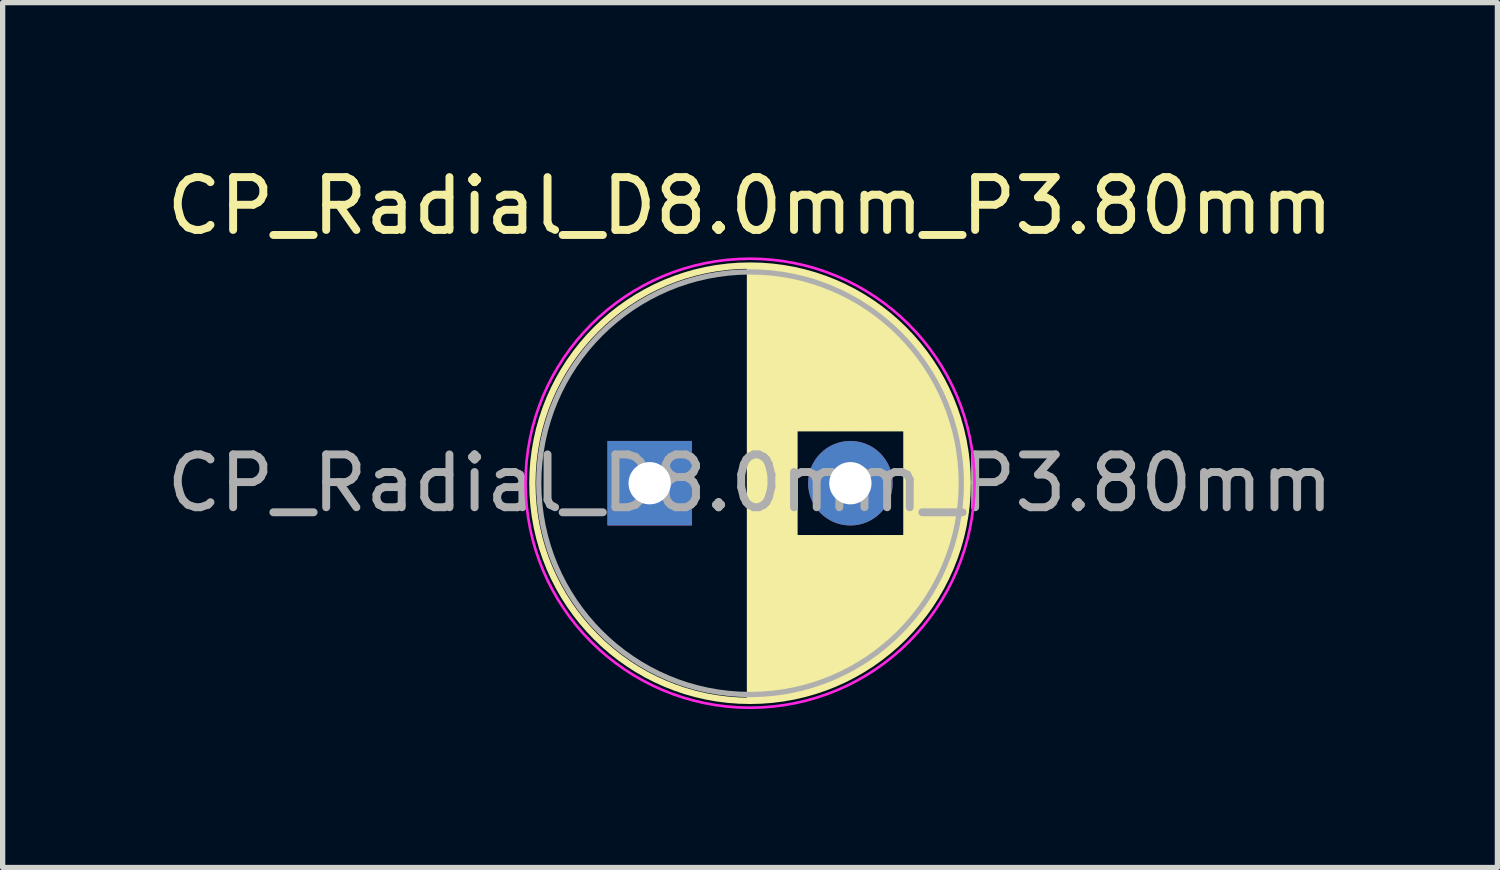
<source format=kicad_pcb>
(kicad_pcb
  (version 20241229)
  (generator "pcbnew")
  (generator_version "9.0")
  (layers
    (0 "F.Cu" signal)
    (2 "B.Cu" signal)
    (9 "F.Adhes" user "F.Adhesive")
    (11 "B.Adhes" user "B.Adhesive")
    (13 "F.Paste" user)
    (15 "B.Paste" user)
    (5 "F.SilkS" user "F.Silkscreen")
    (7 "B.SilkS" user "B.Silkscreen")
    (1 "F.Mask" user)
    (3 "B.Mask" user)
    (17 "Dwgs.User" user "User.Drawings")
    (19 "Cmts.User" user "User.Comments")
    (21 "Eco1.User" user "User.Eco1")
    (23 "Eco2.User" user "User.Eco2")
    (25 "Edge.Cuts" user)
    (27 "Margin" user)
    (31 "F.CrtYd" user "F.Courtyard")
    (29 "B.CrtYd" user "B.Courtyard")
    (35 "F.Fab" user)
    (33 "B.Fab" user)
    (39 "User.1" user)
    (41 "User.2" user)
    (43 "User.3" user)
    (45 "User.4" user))
  (footprint "CP_Radial_D8.0mm_P3.80mm"
    (layer "F.Cu")
    (at 9.249 6.098)
    (property "Reference" "CP_Radial_D8.0mm_P3.80mm" (at 1.9 -5.25 0) (layer "F.SilkS") (effects (font (size 1 1) (thickness 0.15))))
    (attr through_hole)
    (fp_line (start 1.9 -4.08) (end 1.9 4.08) (stroke (width 0.12) (type solid)) (layer "F.SilkS"))
    (fp_line (start 1.94 -4.08) (end 1.94 4.08) (stroke (width 0.12) (type solid)) (layer "F.SilkS"))
    (fp_line (start 1.98 -4.08) (end 1.98 4.08) (stroke (width 0.12) (type solid)) (layer "F.SilkS"))
    (fp_line (start 2.02 -4.079) (end 2.02 4.079) (stroke (width 0.12) (type solid)) (layer "F.SilkS"))
    (fp_line (start 2.06 -4.077) (end 2.06 4.077) (stroke (width 0.12) (type solid)) (layer "F.SilkS"))
    (fp_line (start 2.1 -4.076) (end 2.1 4.076) (stroke (width 0.12) (type solid)) (layer "F.SilkS"))
    (fp_line (start 2.14 -4.074) (end 2.14 4.074) (stroke (width 0.12) (type solid)) (layer "F.SilkS"))
    (fp_line (start 2.18 -4.071) (end 2.18 4.071) (stroke (width 0.12) (type solid)) (layer "F.SilkS"))
    (fp_line (start 2.22 -4.068) (end 2.22 4.068) (stroke (width 0.12) (type solid)) (layer "F.SilkS"))
    (fp_line (start 2.26 -4.065) (end 2.26 4.065) (stroke (width 0.12) (type solid)) (layer "F.SilkS"))
    (fp_line (start 2.3 -4.061) (end 2.3 4.061) (stroke (width 0.12) (type solid)) (layer "F.SilkS"))
    (fp_line (start 2.34 -4.057) (end 2.34 4.057) (stroke (width 0.12) (type solid)) (layer "F.SilkS"))
    (fp_line (start 2.38 -4.052) (end 2.38 4.052) (stroke (width 0.12) (type solid)) (layer "F.SilkS"))
    (fp_line (start 2.42 -4.048) (end 2.42 4.048) (stroke (width 0.12) (type solid)) (layer "F.SilkS"))
    (fp_line (start 2.46 -4.042) (end 2.46 4.042) (stroke (width 0.12) (type solid)) (layer "F.SilkS"))
    (fp_line (start 2.5 -4.037) (end 2.5 4.037) (stroke (width 0.12) (type solid)) (layer "F.SilkS"))
    (fp_line (start 2.54 -4.03) (end 2.54 4.03) (stroke (width 0.12) (type solid)) (layer "F.SilkS"))
    (fp_line (start 2.58 -4.024) (end 2.58 4.024) (stroke (width 0.12) (type solid)) (layer "F.SilkS"))
    (fp_line (start 2.621 -4.017) (end 2.621 4.017) (stroke (width 0.12) (type solid)) (layer "F.SilkS"))
    (fp_line (start 2.661 -4.01) (end 2.661 4.01) (stroke (width 0.12) (type solid)) (layer "F.SilkS"))
    (fp_line (start 2.701 -4.002) (end 2.701 4.002) (stroke (width 0.12) (type solid)) (layer "F.SilkS"))
    (fp_line (start 2.741 -3.994) (end 2.741 3.994) (stroke (width 0.12) (type solid)) (layer "F.SilkS"))
    (fp_line (start 2.781 -3.985) (end 2.781 -1.04) (stroke (width 0.12) (type solid)) (layer "F.SilkS"))
    (fp_line (start 2.781 1.04) (end 2.781 3.985) (stroke (width 0.12) (type solid)) (layer "F.SilkS"))
    (fp_line (start 2.821 -3.976) (end 2.821 -1.04) (stroke (width 0.12) (type solid)) (layer "F.SilkS"))
    (fp_line (start 2.821 1.04) (end 2.821 3.976) (stroke (width 0.12) (type solid)) (layer "F.SilkS"))
    (fp_line (start 2.861 -3.967) (end 2.861 -1.04) (stroke (width 0.12) (type solid)) (layer "F.SilkS"))
    (fp_line (start 2.861 1.04) (end 2.861 3.967) (stroke (width 0.12) (type solid)) (layer "F.SilkS"))
    (fp_line (start 2.901 -3.957) (end 2.901 -1.04) (stroke (width 0.12) (type solid)) (layer "F.SilkS"))
    (fp_line (start 2.901 1.04) (end 2.901 3.957) (stroke (width 0.12) (type solid)) (layer "F.SilkS"))
    (fp_line (start 2.941 -3.947) (end 2.941 -1.04) (stroke (width 0.12) (type solid)) (layer "F.SilkS"))
    (fp_line (start 2.941 1.04) (end 2.941 3.947) (stroke (width 0.12) (type solid)) (layer "F.SilkS"))
    (fp_line (start 2.981 -3.936) (end 2.981 -1.04) (stroke (width 0.12) (type solid)) (layer "F.SilkS"))
    (fp_line (start 2.981 1.04) (end 2.981 3.936) (stroke (width 0.12) (type solid)) (layer "F.SilkS"))
    (fp_line (start 3.021 -3.925) (end 3.021 -1.04) (stroke (width 0.12) (type solid)) (layer "F.SilkS"))
    (fp_line (start 3.021 1.04) (end 3.021 3.925) (stroke (width 0.12) (type solid)) (layer "F.SilkS"))
    (fp_line (start 3.061 -3.914) (end 3.061 -1.04) (stroke (width 0.12) (type solid)) (layer "F.SilkS"))
    (fp_line (start 3.061 1.04) (end 3.061 3.914) (stroke (width 0.12) (type solid)) (layer "F.SilkS"))
    (fp_line (start 3.101 -3.902) (end 3.101 -1.04) (stroke (width 0.12) (type solid)) (layer "F.SilkS"))
    (fp_line (start 3.101 1.04) (end 3.101 3.902) (stroke (width 0.12) (type solid)) (layer "F.SilkS"))
    (fp_line (start 3.141 -3.889) (end 3.141 -1.04) (stroke (width 0.12) (type solid)) (layer "F.SilkS"))
    (fp_line (start 3.141 1.04) (end 3.141 3.889) (stroke (width 0.12) (type solid)) (layer "F.SilkS"))
    (fp_line (start 3.181 -3.877) (end 3.181 -1.04) (stroke (width 0.12) (type solid)) (layer "F.SilkS"))
    (fp_line (start 3.181 1.04) (end 3.181 3.877) (stroke (width 0.12) (type solid)) (layer "F.SilkS"))
    (fp_line (start 3.221 -3.863) (end 3.221 -1.04) (stroke (width 0.12) (type solid)) (layer "F.SilkS"))
    (fp_line (start 3.221 1.04) (end 3.221 3.863) (stroke (width 0.12) (type solid)) (layer "F.SilkS"))
    (fp_line (start 3.261 -3.85) (end 3.261 -1.04) (stroke (width 0.12) (type solid)) (layer "F.SilkS"))
    (fp_line (start 3.261 1.04) (end 3.261 3.85) (stroke (width 0.12) (type solid)) (layer "F.SilkS"))
    (fp_line (start 3.301 -3.835) (end 3.301 -1.04) (stroke (width 0.12) (type solid)) (layer "F.SilkS"))
    (fp_line (start 3.301 1.04) (end 3.301 3.835) (stroke (width 0.12) (type solid)) (layer "F.SilkS"))
    (fp_line (start 3.341 -3.821) (end 3.341 -1.04) (stroke (width 0.12) (type solid)) (layer "F.SilkS"))
    (fp_line (start 3.341 1.04) (end 3.341 3.821) (stroke (width 0.12) (type solid)) (layer "F.SilkS"))
    (fp_line (start 3.381 -3.805) (end 3.381 -1.04) (stroke (width 0.12) (type solid)) (layer "F.SilkS"))
    (fp_line (start 3.381 1.04) (end 3.381 3.805) (stroke (width 0.12) (type solid)) (layer "F.SilkS"))
    (fp_line (start 3.421 -3.79) (end 3.421 -1.04) (stroke (width 0.12) (type solid)) (layer "F.SilkS"))
    (fp_line (start 3.421 1.04) (end 3.421 3.79) (stroke (width 0.12) (type solid)) (layer "F.SilkS"))
    (fp_line (start 3.461 -3.774) (end 3.461 -1.04) (stroke (width 0.12) (type solid)) (layer "F.SilkS"))
    (fp_line (start 3.461 1.04) (end 3.461 3.774) (stroke (width 0.12) (type solid)) (layer "F.SilkS"))
    (fp_line (start 3.501 -3.757) (end 3.501 -1.04) (stroke (width 0.12) (type solid)) (layer "F.SilkS"))
    (fp_line (start 3.501 1.04) (end 3.501 3.757) (stroke (width 0.12) (type solid)) (layer "F.SilkS"))
    (fp_line (start 3.541 -3.74) (end 3.541 -1.04) (stroke (width 0.12) (type solid)) (layer "F.SilkS"))
    (fp_line (start 3.541 1.04) (end 3.541 3.74) (stroke (width 0.12) (type solid)) (layer "F.SilkS"))
    (fp_line (start 3.581 -3.722) (end 3.581 -1.04) (stroke (width 0.12) (type solid)) (layer "F.SilkS"))
    (fp_line (start 3.581 1.04) (end 3.581 3.722) (stroke (width 0.12) (type solid)) (layer "F.SilkS"))
    (fp_line (start 3.621 -3.704) (end 3.621 -1.04) (stroke (width 0.12) (type solid)) (layer "F.SilkS"))
    (fp_line (start 3.621 1.04) (end 3.621 3.704) (stroke (width 0.12) (type solid)) (layer "F.SilkS"))
    (fp_line (start 3.661 -3.686) (end 3.661 -1.04) (stroke (width 0.12) (type solid)) (layer "F.SilkS"))
    (fp_line (start 3.661 1.04) (end 3.661 3.686) (stroke (width 0.12) (type solid)) (layer "F.SilkS"))
    (fp_line (start 3.701 -3.666) (end 3.701 -1.04) (stroke (width 0.12) (type solid)) (layer "F.SilkS"))
    (fp_line (start 3.701 1.04) (end 3.701 3.666) (stroke (width 0.12) (type solid)) (layer "F.SilkS"))
    (fp_line (start 3.741 -3.647) (end 3.741 -1.04) (stroke (width 0.12) (type solid)) (layer "F.SilkS"))
    (fp_line (start 3.741 1.04) (end 3.741 3.647) (stroke (width 0.12) (type solid)) (layer "F.SilkS"))
    (fp_line (start 3.781 -3.627) (end 3.781 -1.04) (stroke (width 0.12) (type solid)) (layer "F.SilkS"))
    (fp_line (start 3.781 1.04) (end 3.781 3.627) (stroke (width 0.12) (type solid)) (layer "F.SilkS"))
    (fp_line (start 3.821 -3.606) (end 3.821 -1.04) (stroke (width 0.12) (type solid)) (layer "F.SilkS"))
    (fp_line (start 3.821 1.04) (end 3.821 3.606) (stroke (width 0.12) (type solid)) (layer "F.SilkS"))
    (fp_line (start 3.861 -3.584) (end 3.861 -1.04) (stroke (width 0.12) (type solid)) (layer "F.SilkS"))
    (fp_line (start 3.861 1.04) (end 3.861 3.584) (stroke (width 0.12) (type solid)) (layer "F.SilkS"))
    (fp_line (start 3.901 -3.562) (end 3.901 -1.04) (stroke (width 0.12) (type solid)) (layer "F.SilkS"))
    (fp_line (start 3.901 1.04) (end 3.901 3.562) (stroke (width 0.12) (type solid)) (layer "F.SilkS"))
    (fp_line (start 3.941 -3.54) (end 3.941 -1.04) (stroke (width 0.12) (type solid)) (layer "F.SilkS"))
    (fp_line (start 3.941 1.04) (end 3.941 3.54) (stroke (width 0.12) (type solid)) (layer "F.SilkS"))
    (fp_line (start 3.981 -3.517) (end 3.981 -1.04) (stroke (width 0.12) (type solid)) (layer "F.SilkS"))
    (fp_line (start 3.981 1.04) (end 3.981 3.517) (stroke (width 0.12) (type solid)) (layer "F.SilkS"))
    (fp_line (start 4.021 -3.493) (end 4.021 -1.04) (stroke (width 0.12) (type solid)) (layer "F.SilkS"))
    (fp_line (start 4.021 1.04) (end 4.021 3.493) (stroke (width 0.12) (type solid)) (layer "F.SilkS"))
    (fp_line (start 4.061 -3.469) (end 4.061 -1.04) (stroke (width 0.12) (type solid)) (layer "F.SilkS"))
    (fp_line (start 4.061 1.04) (end 4.061 3.469) (stroke (width 0.12) (type solid)) (layer "F.SilkS"))
    (fp_line (start 4.101 -3.444) (end 4.101 -1.04) (stroke (width 0.12) (type solid)) (layer "F.SilkS"))
    (fp_line (start 4.101 1.04) (end 4.101 3.444) (stroke (width 0.12) (type solid)) (layer "F.SilkS"))
    (fp_line (start 4.141 -3.418) (end 4.141 -1.04) (stroke (width 0.12) (type solid)) (layer "F.SilkS"))
    (fp_line (start 4.141 1.04) (end 4.141 3.418) (stroke (width 0.12) (type solid)) (layer "F.SilkS"))
    (fp_line (start 4.181 -3.392) (end 4.181 -1.04) (stroke (width 0.12) (type solid)) (layer "F.SilkS"))
    (fp_line (start 4.181 1.04) (end 4.181 3.392) (stroke (width 0.12) (type solid)) (layer "F.SilkS"))
    (fp_line (start 4.221 -3.365) (end 4.221 -1.04) (stroke (width 0.12) (type solid)) (layer "F.SilkS"))
    (fp_line (start 4.221 1.04) (end 4.221 3.365) (stroke (width 0.12) (type solid)) (layer "F.SilkS"))
    (fp_line (start 4.261 -3.338) (end 4.261 -1.04) (stroke (width 0.12) (type solid)) (layer "F.SilkS"))
    (fp_line (start 4.261 1.04) (end 4.261 3.338) (stroke (width 0.12) (type solid)) (layer "F.SilkS"))
    (fp_line (start 4.301 -3.309) (end 4.301 -1.04) (stroke (width 0.12) (type solid)) (layer "F.SilkS"))
    (fp_line (start 4.301 1.04) (end 4.301 3.309) (stroke (width 0.12) (type solid)) (layer "F.SilkS"))
    (fp_line (start 4.341 -3.28) (end 4.341 -1.04) (stroke (width 0.12) (type solid)) (layer "F.SilkS"))
    (fp_line (start 4.341 1.04) (end 4.341 3.28) (stroke (width 0.12) (type solid)) (layer "F.SilkS"))
    (fp_line (start 4.381 -3.25) (end 4.381 -1.04) (stroke (width 0.12) (type solid)) (layer "F.SilkS"))
    (fp_line (start 4.381 1.04) (end 4.381 3.25) (stroke (width 0.12) (type solid)) (layer "F.SilkS"))
    (fp_line (start 4.421 -3.22) (end 4.421 -1.04) (stroke (width 0.12) (type solid)) (layer "F.SilkS"))
    (fp_line (start 4.421 1.04) (end 4.421 3.22) (stroke (width 0.12) (type solid)) (layer "F.SilkS"))
    (fp_line (start 4.461 -3.189) (end 4.461 -1.04) (stroke (width 0.12) (type solid)) (layer "F.SilkS"))
    (fp_line (start 4.461 1.04) (end 4.461 3.189) (stroke (width 0.12) (type solid)) (layer "F.SilkS"))
    (fp_line (start 4.501 -3.156) (end 4.501 -1.04) (stroke (width 0.12) (type solid)) (layer "F.SilkS"))
    (fp_line (start 4.501 1.04) (end 4.501 3.156) (stroke (width 0.12) (type solid)) (layer "F.SilkS"))
    (fp_line (start 4.541 -3.124) (end 4.541 -1.04) (stroke (width 0.12) (type solid)) (layer "F.SilkS"))
    (fp_line (start 4.541 1.04) (end 4.541 3.124) (stroke (width 0.12) (type solid)) (layer "F.SilkS"))
    (fp_line (start 4.581 -3.09) (end 4.581 -1.04) (stroke (width 0.12) (type solid)) (layer "F.SilkS"))
    (fp_line (start 4.581 1.04) (end 4.581 3.09) (stroke (width 0.12) (type solid)) (layer "F.SilkS"))
    (fp_line (start 4.621 -3.055) (end 4.621 -1.04) (stroke (width 0.12) (type solid)) (layer "F.SilkS"))
    (fp_line (start 4.621 1.04) (end 4.621 3.055) (stroke (width 0.12) (type solid)) (layer "F.SilkS"))
    (fp_line (start 4.661 -3.019) (end 4.661 -1.04) (stroke (width 0.12) (type solid)) (layer "F.SilkS"))
    (fp_line (start 4.661 1.04) (end 4.661 3.019) (stroke (width 0.12) (type solid)) (layer "F.SilkS"))
    (fp_line (start 4.701 -2.983) (end 4.701 -1.04) (stroke (width 0.12) (type solid)) (layer "F.SilkS"))
    (fp_line (start 4.701 1.04) (end 4.701 2.983) (stroke (width 0.12) (type solid)) (layer "F.SilkS"))
    (fp_line (start 4.741 -2.945) (end 4.741 -1.04) (stroke (width 0.12) (type solid)) (layer "F.SilkS"))
    (fp_line (start 4.741 1.04) (end 4.741 2.945) (stroke (width 0.12) (type solid)) (layer "F.SilkS"))
    (fp_line (start 4.781 -2.907) (end 4.781 -1.04) (stroke (width 0.12) (type solid)) (layer "F.SilkS"))
    (fp_line (start 4.781 1.04) (end 4.781 2.907) (stroke (width 0.12) (type solid)) (layer "F.SilkS"))
    (fp_line (start 4.821 -2.867) (end 4.821 -1.04) (stroke (width 0.12) (type solid)) (layer "F.SilkS"))
    (fp_line (start 4.821 1.04) (end 4.821 2.867) (stroke (width 0.12) (type solid)) (layer "F.SilkS"))
    (fp_line (start 4.861 -2.826) (end 4.861 2.826) (stroke (width 0.12) (type solid)) (layer "F.SilkS"))
    (fp_line (start 4.901 -2.784) (end 4.901 2.784) (stroke (width 0.12) (type solid)) (layer "F.SilkS"))
    (fp_line (start 4.941 -2.741) (end 4.941 2.741) (stroke (width 0.12) (type solid)) (layer "F.SilkS"))
    (fp_line (start 4.981 -2.697) (end 4.981 2.697) (stroke (width 0.12) (type solid)) (layer "F.SilkS"))
    (fp_line (start 5.021 -2.651) (end 5.021 2.651) (stroke (width 0.12) (type solid)) (layer "F.SilkS"))
    (fp_line (start 5.061 -2.604) (end 5.061 2.604) (stroke (width 0.12) (type solid)) (layer "F.SilkS"))
    (fp_line (start 5.101 -2.556) (end 5.101 2.556) (stroke (width 0.12) (type solid)) (layer "F.SilkS"))
    (fp_line (start 5.141 -2.505) (end 5.141 2.505) (stroke (width 0.12) (type solid)) (layer "F.SilkS"))
    (fp_line (start 5.181 -2.454) (end 5.181 2.454) (stroke (width 0.12) (type solid)) (layer "F.SilkS"))
    (fp_line (start 5.221 -2.4) (end 5.221 2.4) (stroke (width 0.12) (type solid)) (layer "F.SilkS"))
    (fp_line (start 5.261 -2.345) (end 5.261 2.345) (stroke (width 0.12) (type solid)) (layer "F.SilkS"))
    (fp_line (start 5.301 -2.287) (end 5.301 2.287) (stroke (width 0.12) (type solid)) (layer "F.SilkS"))
    (fp_line (start 5.341 -2.228) (end 5.341 2.228) (stroke (width 0.12) (type solid)) (layer "F.SilkS"))
    (fp_line (start 5.381 -2.166) (end 5.381 2.166) (stroke (width 0.12) (type solid)) (layer "F.SilkS"))
    (fp_line (start 5.421 -2.102) (end 5.421 2.102) (stroke (width 0.12) (type solid)) (layer "F.SilkS"))
    (fp_line (start 5.461 -2.034) (end 5.461 2.034) (stroke (width 0.12) (type solid)) (layer "F.SilkS"))
    (fp_line (start 5.501 -1.964) (end 5.501 1.964) (stroke (width 0.12) (type solid)) (layer "F.SilkS"))
    (fp_line (start 5.541 -1.89) (end 5.541 1.89) (stroke (width 0.12) (type solid)) (layer "F.SilkS"))
    (fp_line (start 5.581 -1.813) (end 5.581 1.813) (stroke (width 0.12) (type solid)) (layer "F.SilkS"))
    (fp_line (start 5.621 -1.731) (end 5.621 1.731) (stroke (width 0.12) (type solid)) (layer "F.SilkS"))
    (fp_line (start 5.661 -1.645) (end 5.661 1.645) (stroke (width 0.12) (type solid)) (layer "F.SilkS"))
    (fp_line (start 5.701 -1.552) (end 5.701 1.552) (stroke (width 0.12) (type solid)) (layer "F.SilkS"))
    (fp_line (start 5.741 -1.453) (end 5.741 1.453) (stroke (width 0.12) (type solid)) (layer "F.SilkS"))
    (fp_line (start 5.781 -1.346) (end 5.781 1.346) (stroke (width 0.12) (type solid)) (layer "F.SilkS"))
    (fp_line (start 5.821 -1.229) (end 5.821 1.229) (stroke (width 0.12) (type solid)) (layer "F.SilkS"))
    (fp_line (start 5.861 -1.098) (end 5.861 1.098) (stroke (width 0.12) (type solid)) (layer "F.SilkS"))
    (fp_line (start 5.901 -0.948) (end 5.901 0.948) (stroke (width 0.12) (type solid)) (layer "F.SilkS"))
    (fp_line (start 5.941 -0.768) (end 5.941 0.768) (stroke (width 0.12) (type solid)) (layer "F.SilkS"))
    (fp_line (start 5.981 -0.533) (end 5.981 0.533) (stroke (width 0.12) (type solid)) (layer "F.SilkS"))
    (fp_circle (center 1.9 0) (end 6.02 0) (stroke (width 0.12) (type solid)) (fill no) (layer "F.SilkS"))
    (fp_circle (center 1.9 0) (end 6.15 0) (stroke (width 0.05) (type solid)) (fill no) (layer "F.CrtYd"))
    (fp_circle (center 1.9 0) (end 5.9 0) (stroke (width 0.1) (type solid)) (fill no) (layer "F.Fab"))
    (fp_text user "${REFERENCE}" (at 1.9 0 0) (layer "F.Fab") (effects (font (size 1 1) (thickness 0.15))))
    (pad "1" thru_hole rect (at 0 0) (size 1.6 1.6) (drill 0.8) (layers "*.Cu" "*.Mask"))
    (pad "2" thru_hole circle (at 3.8 0) (size 1.6 1.6) (drill 0.8) (layers "*.Cu" "*.Mask")))
  (gr_rect
    (start -3 -3)
    (end 25.298 13.373)
    (stroke (width 0.1) (type default))
    (fill no)
    (layer "Edge.Cuts")))
</source>
